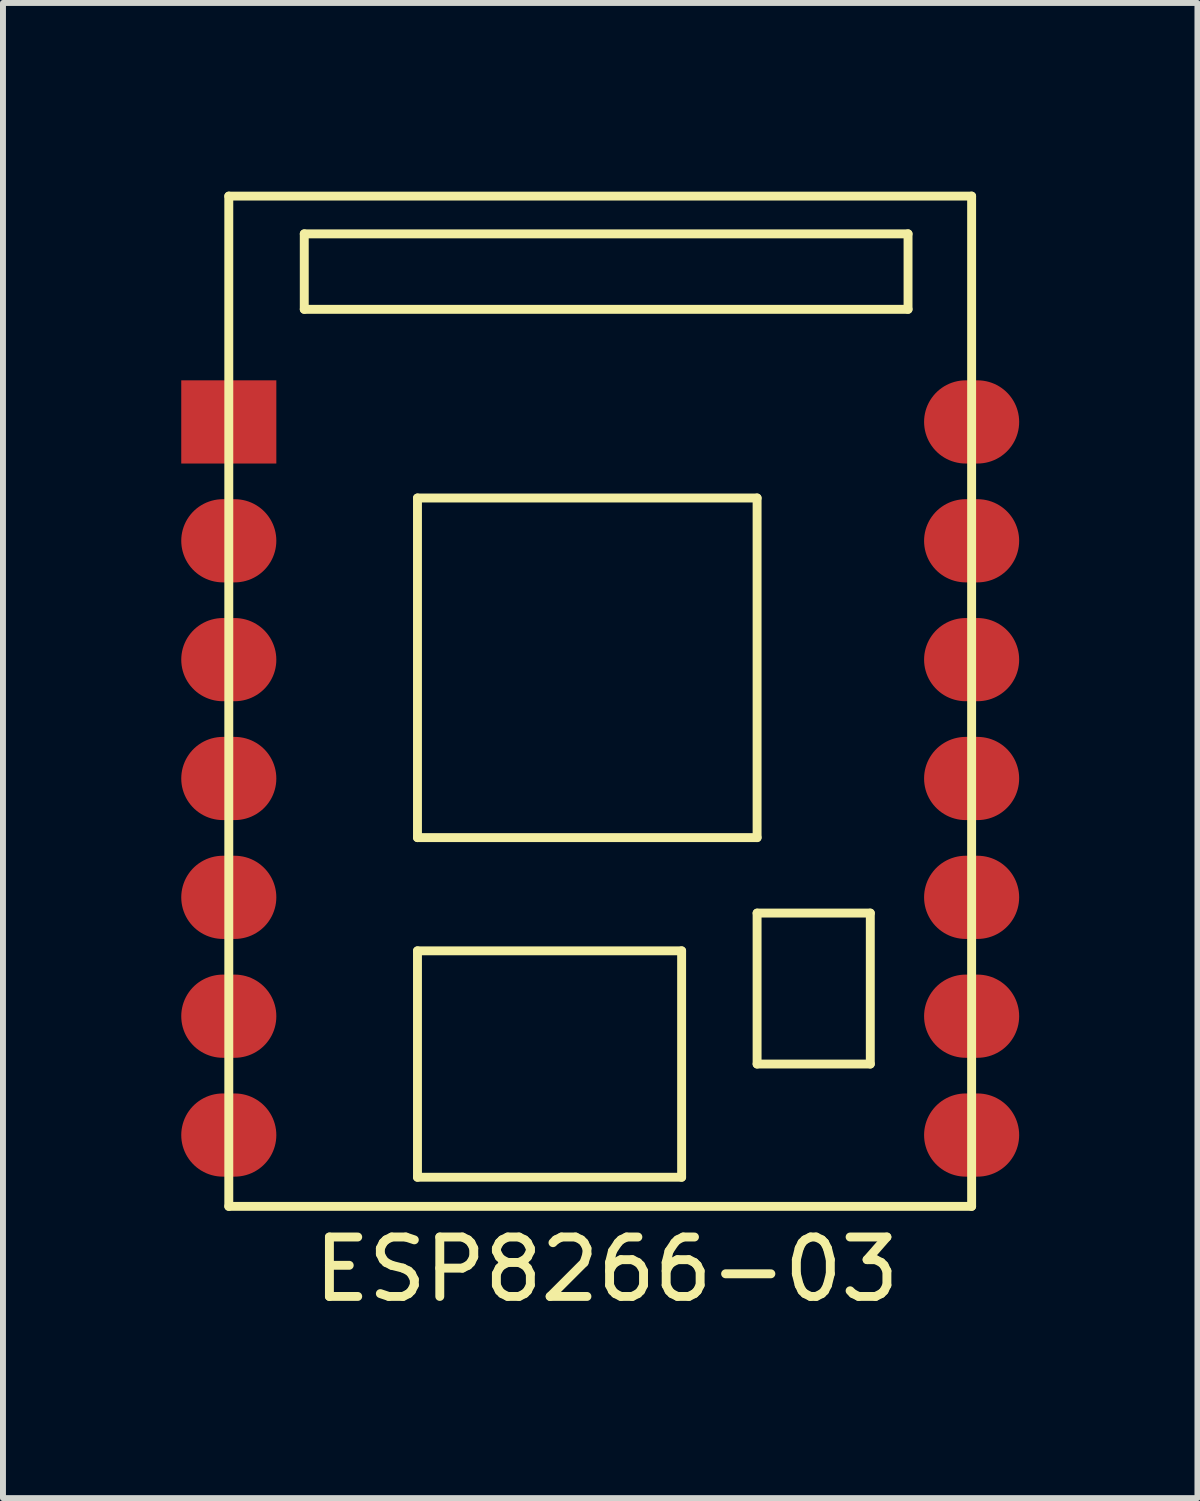
<source format=kicad_pcb>
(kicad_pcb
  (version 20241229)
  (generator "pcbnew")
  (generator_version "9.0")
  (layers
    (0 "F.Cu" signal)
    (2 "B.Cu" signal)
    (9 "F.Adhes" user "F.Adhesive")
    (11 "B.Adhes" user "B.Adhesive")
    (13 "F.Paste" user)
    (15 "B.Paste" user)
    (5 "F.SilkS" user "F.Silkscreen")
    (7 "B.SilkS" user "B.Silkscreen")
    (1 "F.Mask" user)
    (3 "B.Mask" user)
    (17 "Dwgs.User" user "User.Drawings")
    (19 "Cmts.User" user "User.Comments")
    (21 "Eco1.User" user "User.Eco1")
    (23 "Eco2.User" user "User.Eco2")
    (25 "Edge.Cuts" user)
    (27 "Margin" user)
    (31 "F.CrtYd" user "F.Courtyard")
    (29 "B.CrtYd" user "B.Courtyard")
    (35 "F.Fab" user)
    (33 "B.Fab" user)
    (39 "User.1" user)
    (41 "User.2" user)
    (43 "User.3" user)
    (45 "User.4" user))
  (footprint "ESP8266-03"
    (layer "F.Cu")
    (at 0.8 0.25)
    (property "Reference" "ESP8266-03" (at 6.36 18.061 0) (layer "F.SilkS") (effects (font (size 1 1) (thickness 0.15))))
    (attr through_hole)
    (fp_line (start 0 0) (end 0 17) (stroke (width 0.15) (type solid)) (layer "F.SilkS"))
    (fp_line (start 0 0) (end 12.5 0) (stroke (width 0.15) (type solid)) (layer "F.SilkS"))
    (fp_line (start 0 17) (end 12.5 17) (stroke (width 0.15) (type solid)) (layer "F.SilkS"))
    (fp_line (start 1.27 0.635) (end 1.27 1.905) (stroke (width 0.15) (type solid)) (layer "F.SilkS"))
    (fp_line (start 1.27 1.905) (end 11.43 1.905) (stroke (width 0.15) (type solid)) (layer "F.SilkS"))
    (fp_line (start 3.175 5.08) (end 3.175 10.795) (stroke (width 0.15) (type solid)) (layer "F.SilkS"))
    (fp_line (start 3.175 10.795) (end 8.89 10.795) (stroke (width 0.15) (type solid)) (layer "F.SilkS"))
    (fp_line (start 3.175 12.7) (end 3.175 16.51) (stroke (width 0.15) (type solid)) (layer "F.SilkS"))
    (fp_line (start 3.175 16.51) (end 7.62 16.51) (stroke (width 0.15) (type solid)) (layer "F.SilkS"))
    (fp_line (start 7.62 12.7) (end 3.175 12.7) (stroke (width 0.15) (type solid)) (layer "F.SilkS"))
    (fp_line (start 7.62 16.51) (end 7.62 12.7) (stroke (width 0.15) (type solid)) (layer "F.SilkS"))
    (fp_line (start 8.89 5.08) (end 3.175 5.08) (stroke (width 0.15) (type solid)) (layer "F.SilkS"))
    (fp_line (start 8.89 10.795) (end 8.89 5.08) (stroke (width 0.15) (type solid)) (layer "F.SilkS"))
    (fp_line (start 8.89 12.065) (end 8.89 14.605) (stroke (width 0.15) (type solid)) (layer "F.SilkS"))
    (fp_line (start 8.89 14.605) (end 10.795 14.605) (stroke (width 0.15) (type solid)) (layer "F.SilkS"))
    (fp_line (start 10.795 12.065) (end 8.89 12.065) (stroke (width 0.15) (type solid)) (layer "F.SilkS"))
    (fp_line (start 10.795 14.605) (end 10.795 12.065) (stroke (width 0.15) (type solid)) (layer "F.SilkS"))
    (fp_line (start 11.43 0.635) (end 1.27 0.635) (stroke (width 0.15) (type solid)) (layer "F.SilkS"))
    (fp_line (start 11.43 1.905) (end 11.43 0.635) (stroke (width 0.15) (type solid)) (layer "F.SilkS"))
    (fp_line (start 12.5 0) (end 12.5 17) (stroke (width 0.15) (type solid)) (layer "F.SilkS"))
    (pad "1" smd oval (at 12.5 15.8) (size 1.6 1.4) (layers "F.Cu" "F.Mask" "F.Paste"))
    (pad "2" smd oval (at 12.5 13.8) (size 1.6 1.4) (layers "F.Cu" "F.Mask" "F.Paste"))
    (pad "3" smd oval (at 12.5 11.8) (size 1.6 1.4) (layers "F.Cu" "F.Mask" "F.Paste"))
    (pad "4" smd oval (at 12.5 9.8) (size 1.6 1.4) (layers "F.Cu" "F.Mask" "F.Paste"))
    (pad "5" smd oval (at 12.5 7.8) (size 1.6 1.4) (layers "F.Cu" "F.Mask" "F.Paste"))
    (pad "6" smd oval (at 12.5 5.8) (size 1.6 1.4) (layers "F.Cu" "F.Mask" "F.Paste"))
    (pad "7" smd oval (at 12.5 3.8) (size 1.6 1.4) (layers "F.Cu" "F.Mask" "F.Paste"))
    (pad "8" smd rect (at 0 3.8) (size 1.6 1.4) (layers "F.Cu" "F.Mask" "F.Paste"))
    (pad "9" smd oval (at 0 5.8) (size 1.6 1.4) (layers "F.Cu" "F.Mask" "F.Paste"))
    (pad "10" smd oval (at 0 7.8) (size 1.6 1.4) (layers "F.Cu" "F.Mask" "F.Paste"))
    (pad "11" smd oval (at 0 9.8) (size 1.6 1.4) (layers "F.Cu" "F.Mask" "F.Paste"))
    (pad "12" smd oval (at 0 11.8) (size 1.6 1.4) (layers "F.Cu" "F.Mask" "F.Paste"))
    (pad "13" smd oval (at 0 13.8) (size 1.6 1.4) (layers "F.Cu" "F.Mask" "F.Paste"))
    (pad "14" smd oval (at 0 15.8) (size 1.6 1.4) (layers "F.Cu" "F.Mask" "F.Paste")))
  (gr_rect
    (start -3 -3)
    (end 17.1 22.159)
    (stroke (width 0.1) (type default))
    (fill no)
    (layer "Edge.Cuts")))
</source>
